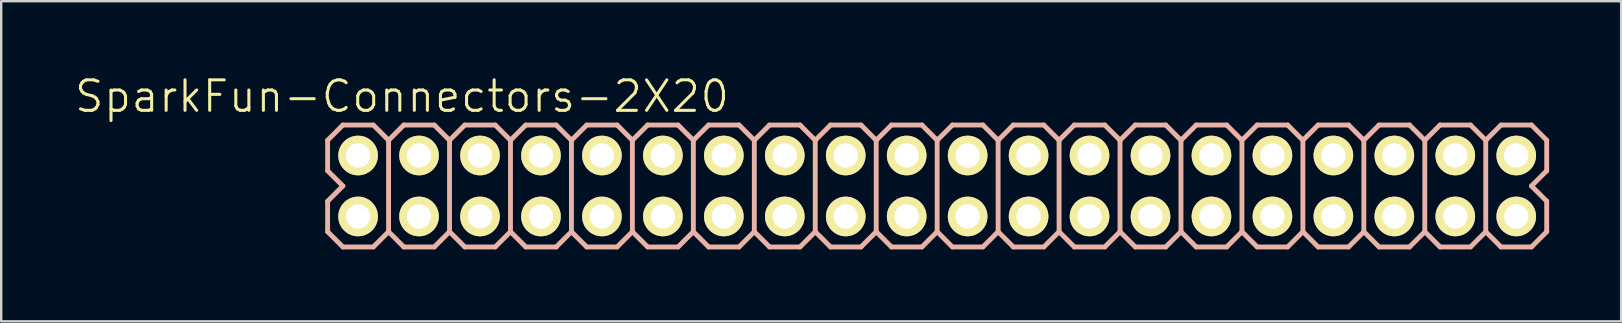
<source format=kicad_pcb>
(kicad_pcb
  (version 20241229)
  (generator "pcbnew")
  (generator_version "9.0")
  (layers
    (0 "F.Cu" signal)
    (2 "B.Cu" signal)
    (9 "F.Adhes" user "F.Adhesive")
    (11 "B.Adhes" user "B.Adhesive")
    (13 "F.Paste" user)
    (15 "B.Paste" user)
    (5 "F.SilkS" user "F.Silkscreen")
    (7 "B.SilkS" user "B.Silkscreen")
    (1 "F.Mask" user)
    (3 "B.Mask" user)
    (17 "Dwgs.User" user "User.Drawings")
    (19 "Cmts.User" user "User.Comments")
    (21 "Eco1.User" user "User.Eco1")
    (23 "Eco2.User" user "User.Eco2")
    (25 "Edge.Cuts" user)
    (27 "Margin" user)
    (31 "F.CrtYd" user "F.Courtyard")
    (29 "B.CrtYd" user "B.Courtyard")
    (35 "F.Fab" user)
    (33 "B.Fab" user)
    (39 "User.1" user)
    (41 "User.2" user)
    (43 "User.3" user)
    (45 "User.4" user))
  (footprint "SparkFun-Connectors-2X20"
    (layer "F.Cu")
    (at 36.002 4.7)
    (property "Reference" "SparkFun-Connectors-2X20" (at -22.301 -3.734 0) (layer "F.SilkS") (effects (font (size 1.27 1.27) (thickness 0.127))))
    (attr exclude_from_pos_files exclude_from_bom)
    (fp_line (start -24.384 -1.524) (end -23.876 -1.524) (stroke (width 0.066) (type solid)) (layer "F.SilkS"))
    (fp_line (start -24.384 -1.016) (end -24.384 -1.524) (stroke (width 0.066) (type solid)) (layer "F.SilkS"))
    (fp_line (start -24.384 -1.016) (end -23.876 -1.016) (stroke (width 0.066) (type solid)) (layer "F.SilkS"))
    (fp_line (start -24.384 1.016) (end -23.876 1.016) (stroke (width 0.066) (type solid)) (layer "F.SilkS"))
    (fp_line (start -24.384 1.524) (end -24.384 1.016) (stroke (width 0.066) (type solid)) (layer "F.SilkS"))
    (fp_line (start -24.384 1.524) (end -23.876 1.524) (stroke (width 0.066) (type solid)) (layer "F.SilkS"))
    (fp_line (start -23.876 -1.016) (end -23.876 -1.524) (stroke (width 0.066) (type solid)) (layer "F.SilkS"))
    (fp_line (start -23.876 1.524) (end -23.876 1.016) (stroke (width 0.066) (type solid)) (layer "F.SilkS"))
    (fp_line (start -21.844 -1.524) (end -21.336 -1.524) (stroke (width 0.066) (type solid)) (layer "F.SilkS"))
    (fp_line (start -21.844 -1.016) (end -21.844 -1.524) (stroke (width 0.066) (type solid)) (layer "F.SilkS"))
    (fp_line (start -21.844 -1.016) (end -21.336 -1.016) (stroke (width 0.066) (type solid)) (layer "F.SilkS"))
    (fp_line (start -21.844 1.016) (end -21.336 1.016) (stroke (width 0.066) (type solid)) (layer "F.SilkS"))
    (fp_line (start -21.844 1.524) (end -21.844 1.016) (stroke (width 0.066) (type solid)) (layer "F.SilkS"))
    (fp_line (start -21.844 1.524) (end -21.336 1.524) (stroke (width 0.066) (type solid)) (layer "F.SilkS"))
    (fp_line (start -21.336 -1.016) (end -21.336 -1.524) (stroke (width 0.066) (type solid)) (layer "F.SilkS"))
    (fp_line (start -21.336 1.524) (end -21.336 1.016) (stroke (width 0.066) (type solid)) (layer "F.SilkS"))
    (fp_line (start -19.304 -1.524) (end -18.796 -1.524) (stroke (width 0.066) (type solid)) (layer "F.SilkS"))
    (fp_line (start -19.304 -1.016) (end -19.304 -1.524) (stroke (width 0.066) (type solid)) (layer "F.SilkS"))
    (fp_line (start -19.304 -1.016) (end -18.796 -1.016) (stroke (width 0.066) (type solid)) (layer "F.SilkS"))
    (fp_line (start -19.304 1.016) (end -18.796 1.016) (stroke (width 0.066) (type solid)) (layer "F.SilkS"))
    (fp_line (start -19.304 1.524) (end -19.304 1.016) (stroke (width 0.066) (type solid)) (layer "F.SilkS"))
    (fp_line (start -19.304 1.524) (end -18.796 1.524) (stroke (width 0.066) (type solid)) (layer "F.SilkS"))
    (fp_line (start -18.796 -1.016) (end -18.796 -1.524) (stroke (width 0.066) (type solid)) (layer "F.SilkS"))
    (fp_line (start -18.796 1.524) (end -18.796 1.016) (stroke (width 0.066) (type solid)) (layer "F.SilkS"))
    (fp_line (start -16.764 -1.524) (end -16.256 -1.524) (stroke (width 0.066) (type solid)) (layer "F.SilkS"))
    (fp_line (start -16.764 -1.016) (end -16.764 -1.524) (stroke (width 0.066) (type solid)) (layer "F.SilkS"))
    (fp_line (start -16.764 -1.016) (end -16.256 -1.016) (stroke (width 0.066) (type solid)) (layer "F.SilkS"))
    (fp_line (start -16.764 1.016) (end -16.256 1.016) (stroke (width 0.066) (type solid)) (layer "F.SilkS"))
    (fp_line (start -16.764 1.524) (end -16.764 1.016) (stroke (width 0.066) (type solid)) (layer "F.SilkS"))
    (fp_line (start -16.764 1.524) (end -16.256 1.524) (stroke (width 0.066) (type solid)) (layer "F.SilkS"))
    (fp_line (start -16.256 -1.016) (end -16.256 -1.524) (stroke (width 0.066) (type solid)) (layer "F.SilkS"))
    (fp_line (start -16.256 1.524) (end -16.256 1.016) (stroke (width 0.066) (type solid)) (layer "F.SilkS"))
    (fp_line (start -14.224 -1.524) (end -13.716 -1.524) (stroke (width 0.066) (type solid)) (layer "F.SilkS"))
    (fp_line (start -14.224 -1.016) (end -14.224 -1.524) (stroke (width 0.066) (type solid)) (layer "F.SilkS"))
    (fp_line (start -14.224 -1.016) (end -13.716 -1.016) (stroke (width 0.066) (type solid)) (layer "F.SilkS"))
    (fp_line (start -14.224 1.016) (end -13.716 1.016) (stroke (width 0.066) (type solid)) (layer "F.SilkS"))
    (fp_line (start -14.224 1.524) (end -14.224 1.016) (stroke (width 0.066) (type solid)) (layer "F.SilkS"))
    (fp_line (start -14.224 1.524) (end -13.716 1.524) (stroke (width 0.066) (type solid)) (layer "F.SilkS"))
    (fp_line (start -13.716 -1.016) (end -13.716 -1.524) (stroke (width 0.066) (type solid)) (layer "F.SilkS"))
    (fp_line (start -13.716 1.524) (end -13.716 1.016) (stroke (width 0.066) (type solid)) (layer "F.SilkS"))
    (fp_line (start -11.684 -1.524) (end -11.176 -1.524) (stroke (width 0.066) (type solid)) (layer "F.SilkS"))
    (fp_line (start -11.684 -1.016) (end -11.684 -1.524) (stroke (width 0.066) (type solid)) (layer "F.SilkS"))
    (fp_line (start -11.684 -1.016) (end -11.176 -1.016) (stroke (width 0.066) (type solid)) (layer "F.SilkS"))
    (fp_line (start -11.684 1.016) (end -11.176 1.016) (stroke (width 0.066) (type solid)) (layer "F.SilkS"))
    (fp_line (start -11.684 1.524) (end -11.684 1.016) (stroke (width 0.066) (type solid)) (layer "F.SilkS"))
    (fp_line (start -11.684 1.524) (end -11.176 1.524) (stroke (width 0.066) (type solid)) (layer "F.SilkS"))
    (fp_line (start -11.176 -1.016) (end -11.176 -1.524) (stroke (width 0.066) (type solid)) (layer "F.SilkS"))
    (fp_line (start -11.176 1.524) (end -11.176 1.016) (stroke (width 0.066) (type solid)) (layer "F.SilkS"))
    (fp_line (start -9.144 -1.524) (end -8.636 -1.524) (stroke (width 0.066) (type solid)) (layer "F.SilkS"))
    (fp_line (start -9.144 -1.016) (end -9.144 -1.524) (stroke (width 0.066) (type solid)) (layer "F.SilkS"))
    (fp_line (start -9.144 -1.016) (end -8.636 -1.016) (stroke (width 0.066) (type solid)) (layer "F.SilkS"))
    (fp_line (start -9.144 1.016) (end -8.636 1.016) (stroke (width 0.066) (type solid)) (layer "F.SilkS"))
    (fp_line (start -9.144 1.524) (end -9.144 1.016) (stroke (width 0.066) (type solid)) (layer "F.SilkS"))
    (fp_line (start -9.144 1.524) (end -8.636 1.524) (stroke (width 0.066) (type solid)) (layer "F.SilkS"))
    (fp_line (start -8.636 -1.016) (end -8.636 -1.524) (stroke (width 0.066) (type solid)) (layer "F.SilkS"))
    (fp_line (start -8.636 1.524) (end -8.636 1.016) (stroke (width 0.066) (type solid)) (layer "F.SilkS"))
    (fp_line (start -6.604 -1.524) (end -6.096 -1.524) (stroke (width 0.066) (type solid)) (layer "F.SilkS"))
    (fp_line (start -6.604 -1.016) (end -6.604 -1.524) (stroke (width 0.066) (type solid)) (layer "F.SilkS"))
    (fp_line (start -6.604 -1.016) (end -6.096 -1.016) (stroke (width 0.066) (type solid)) (layer "F.SilkS"))
    (fp_line (start -6.604 1.016) (end -6.096 1.016) (stroke (width 0.066) (type solid)) (layer "F.SilkS"))
    (fp_line (start -6.604 1.524) (end -6.604 1.016) (stroke (width 0.066) (type solid)) (layer "F.SilkS"))
    (fp_line (start -6.604 1.524) (end -6.096 1.524) (stroke (width 0.066) (type solid)) (layer "F.SilkS"))
    (fp_line (start -6.096 -1.016) (end -6.096 -1.524) (stroke (width 0.066) (type solid)) (layer "F.SilkS"))
    (fp_line (start -6.096 1.524) (end -6.096 1.016) (stroke (width 0.066) (type solid)) (layer "F.SilkS"))
    (fp_line (start -4.064 -1.524) (end -3.556 -1.524) (stroke (width 0.066) (type solid)) (layer "F.SilkS"))
    (fp_line (start -4.064 -1.016) (end -4.064 -1.524) (stroke (width 0.066) (type solid)) (layer "F.SilkS"))
    (fp_line (start -4.064 -1.016) (end -3.556 -1.016) (stroke (width 0.066) (type solid)) (layer "F.SilkS"))
    (fp_line (start -4.064 1.016) (end -3.556 1.016) (stroke (width 0.066) (type solid)) (layer "F.SilkS"))
    (fp_line (start -4.064 1.524) (end -4.064 1.016) (stroke (width 0.066) (type solid)) (layer "F.SilkS"))
    (fp_line (start -4.064 1.524) (end -3.556 1.524) (stroke (width 0.066) (type solid)) (layer "F.SilkS"))
    (fp_line (start -3.556 -1.016) (end -3.556 -1.524) (stroke (width 0.066) (type solid)) (layer "F.SilkS"))
    (fp_line (start -3.556 1.524) (end -3.556 1.016) (stroke (width 0.066) (type solid)) (layer "F.SilkS"))
    (fp_line (start -1.524 -1.524) (end -1.016 -1.524) (stroke (width 0.066) (type solid)) (layer "F.SilkS"))
    (fp_line (start -1.524 -1.016) (end -1.524 -1.524) (stroke (width 0.066) (type solid)) (layer "F.SilkS"))
    (fp_line (start -1.524 -1.016) (end -1.016 -1.016) (stroke (width 0.066) (type solid)) (layer "F.SilkS"))
    (fp_line (start -1.524 1.016) (end -1.016 1.016) (stroke (width 0.066) (type solid)) (layer "F.SilkS"))
    (fp_line (start -1.524 1.524) (end -1.524 1.016) (stroke (width 0.066) (type solid)) (layer "F.SilkS"))
    (fp_line (start -1.524 1.524) (end -1.016 1.524) (stroke (width 0.066) (type solid)) (layer "F.SilkS"))
    (fp_line (start -1.016 -1.016) (end -1.016 -1.524) (stroke (width 0.066) (type solid)) (layer "F.SilkS"))
    (fp_line (start -1.016 1.524) (end -1.016 1.016) (stroke (width 0.066) (type solid)) (layer "F.SilkS"))
    (fp_line (start 1.016 -1.524) (end 1.524 -1.524) (stroke (width 0.066) (type solid)) (layer "F.SilkS"))
    (fp_line (start 1.016 -1.016) (end 1.016 -1.524) (stroke (width 0.066) (type solid)) (layer "F.SilkS"))
    (fp_line (start 1.016 -1.016) (end 1.524 -1.016) (stroke (width 0.066) (type solid)) (layer "F.SilkS"))
    (fp_line (start 1.016 1.016) (end 1.524 1.016) (stroke (width 0.066) (type solid)) (layer "F.SilkS"))
    (fp_line (start 1.016 1.524) (end 1.016 1.016) (stroke (width 0.066) (type solid)) (layer "F.SilkS"))
    (fp_line (start 1.016 1.524) (end 1.524 1.524) (stroke (width 0.066) (type solid)) (layer "F.SilkS"))
    (fp_line (start 1.524 -1.016) (end 1.524 -1.524) (stroke (width 0.066) (type solid)) (layer "F.SilkS"))
    (fp_line (start 1.524 1.524) (end 1.524 1.016) (stroke (width 0.066) (type solid)) (layer "F.SilkS"))
    (fp_line (start 3.556 -1.524) (end 4.064 -1.524) (stroke (width 0.066) (type solid)) (layer "F.SilkS"))
    (fp_line (start 3.556 -1.016) (end 3.556 -1.524) (stroke (width 0.066) (type solid)) (layer "F.SilkS"))
    (fp_line (start 3.556 -1.016) (end 4.064 -1.016) (stroke (width 0.066) (type solid)) (layer "F.SilkS"))
    (fp_line (start 3.556 1.016) (end 4.064 1.016) (stroke (width 0.066) (type solid)) (layer "F.SilkS"))
    (fp_line (start 3.556 1.524) (end 3.556 1.016) (stroke (width 0.066) (type solid)) (layer "F.SilkS"))
    (fp_line (start 3.556 1.524) (end 4.064 1.524) (stroke (width 0.066) (type solid)) (layer "F.SilkS"))
    (fp_line (start 4.064 -1.016) (end 4.064 -1.524) (stroke (width 0.066) (type solid)) (layer "F.SilkS"))
    (fp_line (start 4.064 1.524) (end 4.064 1.016) (stroke (width 0.066) (type solid)) (layer "F.SilkS"))
    (fp_line (start 6.096 -1.524) (end 6.604 -1.524) (stroke (width 0.066) (type solid)) (layer "F.SilkS"))
    (fp_line (start 6.096 -1.016) (end 6.096 -1.524) (stroke (width 0.066) (type solid)) (layer "F.SilkS"))
    (fp_line (start 6.096 -1.016) (end 6.604 -1.016) (stroke (width 0.066) (type solid)) (layer "F.SilkS"))
    (fp_line (start 6.096 1.016) (end 6.604 1.016) (stroke (width 0.066) (type solid)) (layer "F.SilkS"))
    (fp_line (start 6.096 1.524) (end 6.096 1.016) (stroke (width 0.066) (type solid)) (layer "F.SilkS"))
    (fp_line (start 6.096 1.524) (end 6.604 1.524) (stroke (width 0.066) (type solid)) (layer "F.SilkS"))
    (fp_line (start 6.604 -1.016) (end 6.604 -1.524) (stroke (width 0.066) (type solid)) (layer "F.SilkS"))
    (fp_line (start 6.604 1.524) (end 6.604 1.016) (stroke (width 0.066) (type solid)) (layer "F.SilkS"))
    (fp_line (start 8.636 -1.524) (end 9.144 -1.524) (stroke (width 0.066) (type solid)) (layer "F.SilkS"))
    (fp_line (start 8.636 -1.016) (end 8.636 -1.524) (stroke (width 0.066) (type solid)) (layer "F.SilkS"))
    (fp_line (start 8.636 -1.016) (end 9.144 -1.016) (stroke (width 0.066) (type solid)) (layer "F.SilkS"))
    (fp_line (start 8.636 1.016) (end 9.144 1.016) (stroke (width 0.066) (type solid)) (layer "F.SilkS"))
    (fp_line (start 8.636 1.524) (end 8.636 1.016) (stroke (width 0.066) (type solid)) (layer "F.SilkS"))
    (fp_line (start 8.636 1.524) (end 9.144 1.524) (stroke (width 0.066) (type solid)) (layer "F.SilkS"))
    (fp_line (start 9.144 -1.016) (end 9.144 -1.524) (stroke (width 0.066) (type solid)) (layer "F.SilkS"))
    (fp_line (start 9.144 1.524) (end 9.144 1.016) (stroke (width 0.066) (type solid)) (layer "F.SilkS"))
    (fp_line (start 11.176 -1.524) (end 11.684 -1.524) (stroke (width 0.066) (type solid)) (layer "F.SilkS"))
    (fp_line (start 11.176 -1.016) (end 11.176 -1.524) (stroke (width 0.066) (type solid)) (layer "F.SilkS"))
    (fp_line (start 11.176 -1.016) (end 11.684 -1.016) (stroke (width 0.066) (type solid)) (layer "F.SilkS"))
    (fp_line (start 11.176 1.016) (end 11.684 1.016) (stroke (width 0.066) (type solid)) (layer "F.SilkS"))
    (fp_line (start 11.176 1.524) (end 11.176 1.016) (stroke (width 0.066) (type solid)) (layer "F.SilkS"))
    (fp_line (start 11.176 1.524) (end 11.684 1.524) (stroke (width 0.066) (type solid)) (layer "F.SilkS"))
    (fp_line (start 11.684 -1.016) (end 11.684 -1.524) (stroke (width 0.066) (type solid)) (layer "F.SilkS"))
    (fp_line (start 11.684 1.524) (end 11.684 1.016) (stroke (width 0.066) (type solid)) (layer "F.SilkS"))
    (fp_line (start 13.716 -1.524) (end 14.224 -1.524) (stroke (width 0.066) (type solid)) (layer "F.SilkS"))
    (fp_line (start 13.716 -1.016) (end 13.716 -1.524) (stroke (width 0.066) (type solid)) (layer "F.SilkS"))
    (fp_line (start 13.716 -1.016) (end 14.224 -1.016) (stroke (width 0.066) (type solid)) (layer "F.SilkS"))
    (fp_line (start 13.716 1.016) (end 14.224 1.016) (stroke (width 0.066) (type solid)) (layer "F.SilkS"))
    (fp_line (start 13.716 1.524) (end 13.716 1.016) (stroke (width 0.066) (type solid)) (layer "F.SilkS"))
    (fp_line (start 13.716 1.524) (end 14.224 1.524) (stroke (width 0.066) (type solid)) (layer "F.SilkS"))
    (fp_line (start 14.224 -1.016) (end 14.224 -1.524) (stroke (width 0.066) (type solid)) (layer "F.SilkS"))
    (fp_line (start 14.224 1.524) (end 14.224 1.016) (stroke (width 0.066) (type solid)) (layer "F.SilkS"))
    (fp_line (start 16.256 -1.524) (end 16.764 -1.524) (stroke (width 0.066) (type solid)) (layer "F.SilkS"))
    (fp_line (start 16.256 -1.016) (end 16.256 -1.524) (stroke (width 0.066) (type solid)) (layer "F.SilkS"))
    (fp_line (start 16.256 -1.016) (end 16.764 -1.016) (stroke (width 0.066) (type solid)) (layer "F.SilkS"))
    (fp_line (start 16.256 1.016) (end 16.764 1.016) (stroke (width 0.066) (type solid)) (layer "F.SilkS"))
    (fp_line (start 16.256 1.524) (end 16.256 1.016) (stroke (width 0.066) (type solid)) (layer "F.SilkS"))
    (fp_line (start 16.256 1.524) (end 16.764 1.524) (stroke (width 0.066) (type solid)) (layer "F.SilkS"))
    (fp_line (start 16.764 -1.016) (end 16.764 -1.524) (stroke (width 0.066) (type solid)) (layer "F.SilkS"))
    (fp_line (start 16.764 1.524) (end 16.764 1.016) (stroke (width 0.066) (type solid)) (layer "F.SilkS"))
    (fp_line (start 18.796 -1.524) (end 19.304 -1.524) (stroke (width 0.066) (type solid)) (layer "F.SilkS"))
    (fp_line (start 18.796 -1.016) (end 18.796 -1.524) (stroke (width 0.066) (type solid)) (layer "F.SilkS"))
    (fp_line (start 18.796 -1.016) (end 19.304 -1.016) (stroke (width 0.066) (type solid)) (layer "F.SilkS"))
    (fp_line (start 18.796 1.016) (end 19.304 1.016) (stroke (width 0.066) (type solid)) (layer "F.SilkS"))
    (fp_line (start 18.796 1.524) (end 18.796 1.016) (stroke (width 0.066) (type solid)) (layer "F.SilkS"))
    (fp_line (start 18.796 1.524) (end 19.304 1.524) (stroke (width 0.066) (type solid)) (layer "F.SilkS"))
    (fp_line (start 19.304 -1.016) (end 19.304 -1.524) (stroke (width 0.066) (type solid)) (layer "F.SilkS"))
    (fp_line (start 19.304 1.524) (end 19.304 1.016) (stroke (width 0.066) (type solid)) (layer "F.SilkS"))
    (fp_line (start 21.336 -1.524) (end 21.844 -1.524) (stroke (width 0.066) (type solid)) (layer "F.SilkS"))
    (fp_line (start 21.336 -1.016) (end 21.336 -1.524) (stroke (width 0.066) (type solid)) (layer "F.SilkS"))
    (fp_line (start 21.336 -1.016) (end 21.844 -1.016) (stroke (width 0.066) (type solid)) (layer "F.SilkS"))
    (fp_line (start 21.336 1.016) (end 21.844 1.016) (stroke (width 0.066) (type solid)) (layer "F.SilkS"))
    (fp_line (start 21.336 1.524) (end 21.336 1.016) (stroke (width 0.066) (type solid)) (layer "F.SilkS"))
    (fp_line (start 21.336 1.524) (end 21.844 1.524) (stroke (width 0.066) (type solid)) (layer "F.SilkS"))
    (fp_line (start 21.844 -1.016) (end 21.844 -1.524) (stroke (width 0.066) (type solid)) (layer "F.SilkS"))
    (fp_line (start 21.844 1.524) (end 21.844 1.016) (stroke (width 0.066) (type solid)) (layer "F.SilkS"))
    (fp_line (start 23.876 -1.524) (end 24.384 -1.524) (stroke (width 0.066) (type solid)) (layer "F.SilkS"))
    (fp_line (start 23.876 -1.016) (end 23.876 -1.524) (stroke (width 0.066) (type solid)) (layer "F.SilkS"))
    (fp_line (start 23.876 -1.016) (end 24.384 -1.016) (stroke (width 0.066) (type solid)) (layer "F.SilkS"))
    (fp_line (start 23.876 1.016) (end 24.384 1.016) (stroke (width 0.066) (type solid)) (layer "F.SilkS"))
    (fp_line (start 23.876 1.524) (end 23.876 1.016) (stroke (width 0.066) (type solid)) (layer "F.SilkS"))
    (fp_line (start 23.876 1.524) (end 24.384 1.524) (stroke (width 0.066) (type solid)) (layer "F.SilkS"))
    (fp_line (start 24.384 -1.016) (end 24.384 -1.524) (stroke (width 0.066) (type solid)) (layer "F.SilkS"))
    (fp_line (start 24.384 1.524) (end 24.384 1.016) (stroke (width 0.066) (type solid)) (layer "F.SilkS"))
    (fp_line (start -25.4 -1.905) (end -25.4 -0.635) (stroke (width 0.203) (type solid)) (layer "B.SilkS"))
    (fp_line (start -25.4 -0.635) (end -24.765 0) (stroke (width 0.203) (type solid)) (layer "B.SilkS"))
    (fp_line (start -25.4 0.635) (end -25.4 1.905) (stroke (width 0.203) (type solid)) (layer "B.SilkS"))
    (fp_line (start -25.4 1.905) (end -24.765 2.54) (stroke (width 0.203) (type solid)) (layer "B.SilkS"))
    (fp_line (start -24.765 -2.54) (end -25.4 -1.905) (stroke (width 0.203) (type solid)) (layer "B.SilkS"))
    (fp_line (start -24.765 -2.54) (end -23.495 -2.54) (stroke (width 0.203) (type solid)) (layer "B.SilkS"))
    (fp_line (start -24.765 0) (end -25.4 0.635) (stroke (width 0.203) (type solid)) (layer "B.SilkS"))
    (fp_line (start -23.495 -2.54) (end -22.86 -1.905) (stroke (width 0.203) (type solid)) (layer "B.SilkS"))
    (fp_line (start -23.495 2.54) (end -24.765 2.54) (stroke (width 0.203) (type solid)) (layer "B.SilkS"))
    (fp_line (start -22.86 -1.905) (end -22.86 1.905) (stroke (width 0.203) (type solid)) (layer "B.SilkS"))
    (fp_line (start -22.86 -1.905) (end -22.225 -2.54) (stroke (width 0.203) (type solid)) (layer "B.SilkS"))
    (fp_line (start -22.86 1.905) (end -23.495 2.54) (stroke (width 0.203) (type solid)) (layer "B.SilkS"))
    (fp_line (start -22.225 -2.54) (end -20.955 -2.54) (stroke (width 0.203) (type solid)) (layer "B.SilkS"))
    (fp_line (start -22.225 2.54) (end -22.86 1.905) (stroke (width 0.203) (type solid)) (layer "B.SilkS"))
    (fp_line (start -20.955 -2.54) (end -20.32 -1.905) (stroke (width 0.203) (type solid)) (layer "B.SilkS"))
    (fp_line (start -20.955 2.54) (end -22.225 2.54) (stroke (width 0.203) (type solid)) (layer "B.SilkS"))
    (fp_line (start -20.32 -1.905) (end -20.32 1.905) (stroke (width 0.203) (type solid)) (layer "B.SilkS"))
    (fp_line (start -20.32 -1.905) (end -19.685 -2.54) (stroke (width 0.203) (type solid)) (layer "B.SilkS"))
    (fp_line (start -20.32 1.905) (end -20.955 2.54) (stroke (width 0.203) (type solid)) (layer "B.SilkS"))
    (fp_line (start -19.685 -2.54) (end -18.415 -2.54) (stroke (width 0.203) (type solid)) (layer "B.SilkS"))
    (fp_line (start -19.685 2.54) (end -20.32 1.905) (stroke (width 0.203) (type solid)) (layer "B.SilkS"))
    (fp_line (start -18.415 -2.54) (end -17.78 -1.905) (stroke (width 0.203) (type solid)) (layer "B.SilkS"))
    (fp_line (start -18.415 2.54) (end -19.685 2.54) (stroke (width 0.203) (type solid)) (layer "B.SilkS"))
    (fp_line (start -17.78 -1.905) (end -17.78 1.905) (stroke (width 0.203) (type solid)) (layer "B.SilkS"))
    (fp_line (start -17.78 1.905) (end -18.415 2.54) (stroke (width 0.203) (type solid)) (layer "B.SilkS"))
    (fp_line (start -17.78 1.905) (end -17.145 2.54) (stroke (width 0.203) (type solid)) (layer "B.SilkS"))
    (fp_line (start -17.145 -2.54) (end -17.78 -1.905) (stroke (width 0.203) (type solid)) (layer "B.SilkS"))
    (fp_line (start -17.145 -2.54) (end -15.875 -2.54) (stroke (width 0.203) (type solid)) (layer "B.SilkS"))
    (fp_line (start -15.875 -2.54) (end -15.24 -1.905) (stroke (width 0.203) (type solid)) (layer "B.SilkS"))
    (fp_line (start -15.875 2.54) (end -17.145 2.54) (stroke (width 0.203) (type solid)) (layer "B.SilkS"))
    (fp_line (start -15.24 -1.905) (end -15.24 1.905) (stroke (width 0.203) (type solid)) (layer "B.SilkS"))
    (fp_line (start -15.24 -1.905) (end -14.605 -2.54) (stroke (width 0.203) (type solid)) (layer "B.SilkS"))
    (fp_line (start -15.24 1.905) (end -15.875 2.54) (stroke (width 0.203) (type solid)) (layer "B.SilkS"))
    (fp_line (start -14.605 -2.54) (end -13.335 -2.54) (stroke (width 0.203) (type solid)) (layer "B.SilkS"))
    (fp_line (start -14.605 2.54) (end -15.24 1.905) (stroke (width 0.203) (type solid)) (layer "B.SilkS"))
    (fp_line (start -13.335 -2.54) (end -12.7 -1.905) (stroke (width 0.203) (type solid)) (layer "B.SilkS"))
    (fp_line (start -13.335 2.54) (end -14.605 2.54) (stroke (width 0.203) (type solid)) (layer "B.SilkS"))
    (fp_line (start -12.7 -1.905) (end -12.7 1.905) (stroke (width 0.203) (type solid)) (layer "B.SilkS"))
    (fp_line (start -12.7 -1.905) (end -12.065 -2.54) (stroke (width 0.203) (type solid)) (layer "B.SilkS"))
    (fp_line (start -12.7 1.905) (end -13.335 2.54) (stroke (width 0.203) (type solid)) (layer "B.SilkS"))
    (fp_line (start -12.065 -2.54) (end -10.795 -2.54) (stroke (width 0.203) (type solid)) (layer "B.SilkS"))
    (fp_line (start -12.065 2.54) (end -12.7 1.905) (stroke (width 0.203) (type solid)) (layer "B.SilkS"))
    (fp_line (start -10.795 -2.54) (end -10.16 -1.905) (stroke (width 0.203) (type solid)) (layer "B.SilkS"))
    (fp_line (start -10.795 2.54) (end -12.065 2.54) (stroke (width 0.203) (type solid)) (layer "B.SilkS"))
    (fp_line (start -10.16 -1.905) (end -10.16 1.905) (stroke (width 0.203) (type solid)) (layer "B.SilkS"))
    (fp_line (start -10.16 1.905) (end -10.795 2.54) (stroke (width 0.203) (type solid)) (layer "B.SilkS"))
    (fp_line (start -10.16 1.905) (end -9.525 2.54) (stroke (width 0.203) (type solid)) (layer "B.SilkS"))
    (fp_line (start -9.525 -2.54) (end -10.16 -1.905) (stroke (width 0.203) (type solid)) (layer "B.SilkS"))
    (fp_line (start -9.525 -2.54) (end -8.255 -2.54) (stroke (width 0.203) (type solid)) (layer "B.SilkS"))
    (fp_line (start -8.255 -2.54) (end -7.62 -1.905) (stroke (width 0.203) (type solid)) (layer "B.SilkS"))
    (fp_line (start -8.255 2.54) (end -9.525 2.54) (stroke (width 0.203) (type solid)) (layer "B.SilkS"))
    (fp_line (start -7.62 -1.905) (end -7.62 1.905) (stroke (width 0.203) (type solid)) (layer "B.SilkS"))
    (fp_line (start -7.62 1.905) (end -8.255 2.54) (stroke (width 0.203) (type solid)) (layer "B.SilkS"))
    (fp_line (start -7.62 1.905) (end -6.985 2.54) (stroke (width 0.203) (type solid)) (layer "B.SilkS"))
    (fp_line (start -6.985 -2.54) (end -7.62 -1.905) (stroke (width 0.203) (type solid)) (layer "B.SilkS"))
    (fp_line (start -6.985 -2.54) (end -5.715 -2.54) (stroke (width 0.203) (type solid)) (layer "B.SilkS"))
    (fp_line (start -5.715 -2.54) (end -5.08 -1.905) (stroke (width 0.203) (type solid)) (layer "B.SilkS"))
    (fp_line (start -5.715 2.54) (end -6.985 2.54) (stroke (width 0.203) (type solid)) (layer "B.SilkS"))
    (fp_line (start -5.08 -1.905) (end -5.08 1.905) (stroke (width 0.203) (type solid)) (layer "B.SilkS"))
    (fp_line (start -5.08 -1.905) (end -4.445 -2.54) (stroke (width 0.203) (type solid)) (layer "B.SilkS"))
    (fp_line (start -5.08 1.905) (end -5.715 2.54) (stroke (width 0.203) (type solid)) (layer "B.SilkS"))
    (fp_line (start -4.445 -2.54) (end -3.175 -2.54) (stroke (width 0.203) (type solid)) (layer "B.SilkS"))
    (fp_line (start -4.445 2.54) (end -5.08 1.905) (stroke (width 0.203) (type solid)) (layer "B.SilkS"))
    (fp_line (start -3.175 -2.54) (end -2.54 -1.905) (stroke (width 0.203) (type solid)) (layer "B.SilkS"))
    (fp_line (start -3.175 2.54) (end -4.445 2.54) (stroke (width 0.203) (type solid)) (layer "B.SilkS"))
    (fp_line (start -2.54 -1.905) (end -2.54 1.905) (stroke (width 0.203) (type solid)) (layer "B.SilkS"))
    (fp_line (start -2.54 -1.905) (end -1.905 -2.54) (stroke (width 0.203) (type solid)) (layer "B.SilkS"))
    (fp_line (start -2.54 1.905) (end -3.175 2.54) (stroke (width 0.203) (type solid)) (layer "B.SilkS"))
    (fp_line (start -1.905 -2.54) (end -0.635 -2.54) (stroke (width 0.203) (type solid)) (layer "B.SilkS"))
    (fp_line (start -1.905 2.54) (end -2.54 1.905) (stroke (width 0.203) (type solid)) (layer "B.SilkS"))
    (fp_line (start -0.635 -2.54) (end 0 -1.905) (stroke (width 0.203) (type solid)) (layer "B.SilkS"))
    (fp_line (start -0.635 2.54) (end -1.905 2.54) (stroke (width 0.203) (type solid)) (layer "B.SilkS"))
    (fp_line (start 0 -1.905) (end 0 1.905) (stroke (width 0.203) (type solid)) (layer "B.SilkS"))
    (fp_line (start 0 1.905) (end -0.635 2.54) (stroke (width 0.203) (type solid)) (layer "B.SilkS"))
    (fp_line (start 0 1.905) (end 0.635 2.54) (stroke (width 0.203) (type solid)) (layer "B.SilkS"))
    (fp_line (start 0.635 -2.54) (end 0 -1.905) (stroke (width 0.203) (type solid)) (layer "B.SilkS"))
    (fp_line (start 0.635 -2.54) (end 1.905 -2.54) (stroke (width 0.203) (type solid)) (layer "B.SilkS"))
    (fp_line (start 1.905 -2.54) (end 2.54 -1.905) (stroke (width 0.203) (type solid)) (layer "B.SilkS"))
    (fp_line (start 1.905 2.54) (end 0.635 2.54) (stroke (width 0.203) (type solid)) (layer "B.SilkS"))
    (fp_line (start 2.54 -1.905) (end 2.54 1.905) (stroke (width 0.203) (type solid)) (layer "B.SilkS"))
    (fp_line (start 2.54 -1.905) (end 3.175 -2.54) (stroke (width 0.203) (type solid)) (layer "B.SilkS"))
    (fp_line (start 2.54 1.905) (end 1.905 2.54) (stroke (width 0.203) (type solid)) (layer "B.SilkS"))
    (fp_line (start 3.175 -2.54) (end 4.445 -2.54) (stroke (width 0.203) (type solid)) (layer "B.SilkS"))
    (fp_line (start 3.175 2.54) (end 2.54 1.905) (stroke (width 0.203) (type solid)) (layer "B.SilkS"))
    (fp_line (start 4.445 -2.54) (end 5.08 -1.905) (stroke (width 0.203) (type solid)) (layer "B.SilkS"))
    (fp_line (start 4.445 2.54) (end 3.175 2.54) (stroke (width 0.203) (type solid)) (layer "B.SilkS"))
    (fp_line (start 5.08 -1.905) (end 5.08 1.905) (stroke (width 0.203) (type solid)) (layer "B.SilkS"))
    (fp_line (start 5.08 -1.905) (end 5.715 -2.54) (stroke (width 0.203) (type solid)) (layer "B.SilkS"))
    (fp_line (start 5.08 1.905) (end 4.445 2.54) (stroke (width 0.203) (type solid)) (layer "B.SilkS"))
    (fp_line (start 5.715 -2.54) (end 6.985 -2.54) (stroke (width 0.203) (type solid)) (layer "B.SilkS"))
    (fp_line (start 5.715 2.54) (end 5.08 1.905) (stroke (width 0.203) (type solid)) (layer "B.SilkS"))
    (fp_line (start 6.985 -2.54) (end 7.62 -1.905) (stroke (width 0.203) (type solid)) (layer "B.SilkS"))
    (fp_line (start 6.985 2.54) (end 5.715 2.54) (stroke (width 0.203) (type solid)) (layer "B.SilkS"))
    (fp_line (start 7.62 -1.905) (end 7.62 1.905) (stroke (width 0.203) (type solid)) (layer "B.SilkS"))
    (fp_line (start 7.62 1.905) (end 6.985 2.54) (stroke (width 0.203) (type solid)) (layer "B.SilkS"))
    (fp_line (start 8.255 -2.54) (end 7.62 -1.905) (stroke (width 0.203) (type solid)) (layer "B.SilkS"))
    (fp_line (start 8.255 -2.54) (end 9.525 -2.54) (stroke (width 0.203) (type solid)) (layer "B.SilkS"))
    (fp_line (start 8.255 2.54) (end 7.62 1.905) (stroke (width 0.203) (type solid)) (layer "B.SilkS"))
    (fp_line (start 9.525 -2.54) (end 10.16 -1.905) (stroke (width 0.203) (type solid)) (layer "B.SilkS"))
    (fp_line (start 9.525 2.54) (end 8.255 2.54) (stroke (width 0.203) (type solid)) (layer "B.SilkS"))
    (fp_line (start 10.16 -1.905) (end 10.16 1.905) (stroke (width 0.203) (type solid)) (layer "B.SilkS"))
    (fp_line (start 10.16 1.905) (end 9.525 2.54) (stroke (width 0.203) (type solid)) (layer "B.SilkS"))
    (fp_line (start 10.795 -2.54) (end 10.16 -1.905) (stroke (width 0.203) (type solid)) (layer "B.SilkS"))
    (fp_line (start 10.795 -2.54) (end 12.065 -2.54) (stroke (width 0.203) (type solid)) (layer "B.SilkS"))
    (fp_line (start 10.795 2.54) (end 10.16 1.905) (stroke (width 0.203) (type solid)) (layer "B.SilkS"))
    (fp_line (start 12.065 -2.54) (end 12.7 -1.905) (stroke (width 0.203) (type solid)) (layer "B.SilkS"))
    (fp_line (start 12.065 2.54) (end 10.795 2.54) (stroke (width 0.203) (type solid)) (layer "B.SilkS"))
    (fp_line (start 12.7 -1.905) (end 12.7 1.905) (stroke (width 0.203) (type solid)) (layer "B.SilkS"))
    (fp_line (start 12.7 -1.905) (end 13.335 -2.54) (stroke (width 0.203) (type solid)) (layer "B.SilkS"))
    (fp_line (start 12.7 1.905) (end 12.065 2.54) (stroke (width 0.203) (type solid)) (layer "B.SilkS"))
    (fp_line (start 13.335 -2.54) (end 14.605 -2.54) (stroke (width 0.203) (type solid)) (layer "B.SilkS"))
    (fp_line (start 13.335 2.54) (end 12.7 1.905) (stroke (width 0.203) (type solid)) (layer "B.SilkS"))
    (fp_line (start 14.605 -2.54) (end 15.24 -1.905) (stroke (width 0.203) (type solid)) (layer "B.SilkS"))
    (fp_line (start 14.605 2.54) (end 13.335 2.54) (stroke (width 0.203) (type solid)) (layer "B.SilkS"))
    (fp_line (start 14.605 2.54) (end 15.24 1.905) (stroke (width 0.203) (type solid)) (layer "B.SilkS"))
    (fp_line (start 15.24 -1.905) (end 15.24 1.905) (stroke (width 0.203) (type solid)) (layer "B.SilkS"))
    (fp_line (start 15.24 -1.905) (end 15.875 -2.54) (stroke (width 0.203) (type solid)) (layer "B.SilkS"))
    (fp_line (start 15.875 -2.54) (end 17.145 -2.54) (stroke (width 0.203) (type solid)) (layer "B.SilkS"))
    (fp_line (start 15.875 2.54) (end 15.24 1.905) (stroke (width 0.203) (type solid)) (layer "B.SilkS"))
    (fp_line (start 17.145 -2.54) (end 17.78 -1.905) (stroke (width 0.203) (type solid)) (layer "B.SilkS"))
    (fp_line (start 17.145 2.54) (end 15.875 2.54) (stroke (width 0.203) (type solid)) (layer "B.SilkS"))
    (fp_line (start 17.78 -1.905) (end 17.78 1.905) (stroke (width 0.203) (type solid)) (layer "B.SilkS"))
    (fp_line (start 17.78 1.905) (end 17.145 2.54) (stroke (width 0.203) (type solid)) (layer "B.SilkS"))
    (fp_line (start 18.415 -2.54) (end 17.78 -1.905) (stroke (width 0.203) (type solid)) (layer "B.SilkS"))
    (fp_line (start 18.415 -2.54) (end 19.685 -2.54) (stroke (width 0.203) (type solid)) (layer "B.SilkS"))
    (fp_line (start 18.415 2.54) (end 17.78 1.905) (stroke (width 0.203) (type solid)) (layer "B.SilkS"))
    (fp_line (start 19.685 -2.54) (end 20.32 -1.905) (stroke (width 0.203) (type solid)) (layer "B.SilkS"))
    (fp_line (start 19.685 2.54) (end 18.415 2.54) (stroke (width 0.203) (type solid)) (layer "B.SilkS"))
    (fp_line (start 20.32 -1.905) (end 20.32 1.905) (stroke (width 0.203) (type solid)) (layer "B.SilkS"))
    (fp_line (start 20.32 -1.905) (end 20.955 -2.54) (stroke (width 0.203) (type solid)) (layer "B.SilkS"))
    (fp_line (start 20.32 1.905) (end 19.685 2.54) (stroke (width 0.203) (type solid)) (layer "B.SilkS"))
    (fp_line (start 20.955 -2.54) (end 22.225 -2.54) (stroke (width 0.203) (type solid)) (layer "B.SilkS"))
    (fp_line (start 20.955 2.54) (end 20.32 1.905) (stroke (width 0.203) (type solid)) (layer "B.SilkS"))
    (fp_line (start 22.225 -2.54) (end 22.86 -1.905) (stroke (width 0.203) (type solid)) (layer "B.SilkS"))
    (fp_line (start 22.225 2.54) (end 20.955 2.54) (stroke (width 0.203) (type solid)) (layer "B.SilkS"))
    (fp_line (start 22.225 2.54) (end 22.86 1.905) (stroke (width 0.203) (type solid)) (layer "B.SilkS"))
    (fp_line (start 22.86 -1.905) (end 22.86 1.905) (stroke (width 0.203) (type solid)) (layer "B.SilkS"))
    (fp_line (start 22.86 -1.905) (end 23.495 -2.54) (stroke (width 0.203) (type solid)) (layer "B.SilkS"))
    (fp_line (start 23.495 -2.54) (end 24.765 -2.54) (stroke (width 0.203) (type solid)) (layer "B.SilkS"))
    (fp_line (start 23.495 2.54) (end 22.86 1.905) (stroke (width 0.203) (type solid)) (layer "B.SilkS"))
    (fp_line (start 24.765 -2.54) (end 25.4 -1.905) (stroke (width 0.203) (type solid)) (layer "B.SilkS"))
    (fp_line (start 24.765 0) (end 25.4 0.635) (stroke (width 0.203) (type solid)) (layer "B.SilkS"))
    (fp_line (start 24.765 2.54) (end 23.495 2.54) (stroke (width 0.203) (type solid)) (layer "B.SilkS"))
    (fp_line (start 24.765 2.54) (end 25.4 1.905) (stroke (width 0.203) (type solid)) (layer "B.SilkS"))
    (fp_line (start 25.4 -0.635) (end 24.765 0) (stroke (width 0.203) (type solid)) (layer "B.SilkS"))
    (fp_line (start 25.4 -0.635) (end 25.4 -1.905) (stroke (width 0.203) (type solid)) (layer "B.SilkS"))
    (fp_line (start 25.4 1.905) (end 25.4 0.635) (stroke (width 0.203) (type solid)) (layer "B.SilkS"))
    (pad "1" thru_hole circle (at -24.13 1.27) (size 1.651 1.651) (drill 1.016) (layers "*.Cu" "F.Mask" "F.SilkS" "F.Paste"))
    (pad "2" thru_hole circle (at -24.13 -1.27) (size 1.651 1.651) (drill 1.016) (layers "*.Cu" "F.Mask" "F.SilkS" "F.Paste"))
    (pad "3" thru_hole circle (at -21.59 1.27) (size 1.651 1.651) (drill 1.016) (layers "*.Cu" "F.Mask" "F.SilkS" "F.Paste"))
    (pad "4" thru_hole circle (at -21.59 -1.27) (size 1.651 1.651) (drill 1.016) (layers "*.Cu" "F.Mask" "F.SilkS" "F.Paste"))
    (pad "5" thru_hole circle (at -19.05 1.27) (size 1.651 1.651) (drill 1.016) (layers "*.Cu" "F.Mask" "F.SilkS" "F.Paste"))
    (pad "6" thru_hole circle (at -19.05 -1.27) (size 1.651 1.651) (drill 1.016) (layers "*.Cu" "F.Mask" "F.SilkS" "F.Paste"))
    (pad "7" thru_hole circle (at -16.51 1.27) (size 1.651 1.651) (drill 1.016) (layers "*.Cu" "F.Mask" "F.SilkS" "F.Paste"))
    (pad "8" thru_hole circle (at -16.51 -1.27) (size 1.651 1.651) (drill 1.016) (layers "*.Cu" "F.Mask" "F.SilkS" "F.Paste"))
    (pad "9" thru_hole circle (at -13.97 1.27) (size 1.651 1.651) (drill 1.016) (layers "*.Cu" "F.Mask" "F.SilkS" "F.Paste"))
    (pad "10" thru_hole circle (at -13.97 -1.27) (size 1.651 1.651) (drill 1.016) (layers "*.Cu" "F.Mask" "F.SilkS" "F.Paste"))
    (pad "11" thru_hole circle (at -11.43 1.27) (size 1.651 1.651) (drill 1.016) (layers "*.Cu" "F.Mask" "F.SilkS" "F.Paste"))
    (pad "12" thru_hole circle (at -11.43 -1.27) (size 1.651 1.651) (drill 1.016) (layers "*.Cu" "F.Mask" "F.SilkS" "F.Paste"))
    (pad "13" thru_hole circle (at -8.89 1.27) (size 1.651 1.651) (drill 1.016) (layers "*.Cu" "F.Mask" "F.SilkS" "F.Paste"))
    (pad "14" thru_hole circle (at -8.89 -1.27) (size 1.651 1.651) (drill 1.016) (layers "*.Cu" "F.Mask" "F.SilkS" "F.Paste"))
    (pad "15" thru_hole circle (at -6.35 1.27) (size 1.651 1.651) (drill 1.016) (layers "*.Cu" "F.Mask" "F.SilkS" "F.Paste"))
    (pad "16" thru_hole circle (at -6.35 -1.27) (size 1.651 1.651) (drill 1.016) (layers "*.Cu" "F.Mask" "F.SilkS" "F.Paste"))
    (pad "17" thru_hole circle (at -3.81 1.27) (size 1.651 1.651) (drill 1.016) (layers "*.Cu" "F.Mask" "F.SilkS" "F.Paste"))
    (pad "18" thru_hole circle (at -3.81 -1.27) (size 1.651 1.651) (drill 1.016) (layers "*.Cu" "F.Mask" "F.SilkS" "F.Paste"))
    (pad "19" thru_hole circle (at -1.27 1.27) (size 1.651 1.651) (drill 1.016) (layers "*.Cu" "F.Mask" "F.SilkS" "F.Paste"))
    (pad "20" thru_hole circle (at -1.27 -1.27) (size 1.651 1.651) (drill 1.016) (layers "*.Cu" "F.Mask" "F.SilkS" "F.Paste"))
    (pad "21" thru_hole circle (at 1.27 1.27) (size 1.651 1.651) (drill 1.016) (layers "*.Cu" "F.Mask" "F.SilkS" "F.Paste"))
    (pad "22" thru_hole circle (at 1.27 -1.27) (size 1.651 1.651) (drill 1.016) (layers "*.Cu" "F.Mask" "F.SilkS" "F.Paste"))
    (pad "23" thru_hole circle (at 3.81 1.27) (size 1.651 1.651) (drill 1.016) (layers "*.Cu" "F.Mask" "F.SilkS" "F.Paste"))
    (pad "24" thru_hole circle (at 3.81 -1.27) (size 1.651 1.651) (drill 1.016) (layers "*.Cu" "F.Mask" "F.SilkS" "F.Paste"))
    (pad "25" thru_hole circle (at 6.35 1.27) (size 1.651 1.651) (drill 1.016) (layers "*.Cu" "F.Mask" "F.SilkS" "F.Paste"))
    (pad "26" thru_hole circle (at 6.35 -1.27) (size 1.651 1.651) (drill 1.016) (layers "*.Cu" "F.Mask" "F.SilkS" "F.Paste"))
    (pad "27" thru_hole circle (at 8.89 1.27) (size 1.651 1.651) (drill 1.016) (layers "*.Cu" "F.Mask" "F.SilkS" "F.Paste"))
    (pad "28" thru_hole circle (at 8.89 -1.27) (size 1.651 1.651) (drill 1.016) (layers "*.Cu" "F.Mask" "F.SilkS" "F.Paste"))
    (pad "29" thru_hole circle (at 11.43 1.27) (size 1.651 1.651) (drill 1.016) (layers "*.Cu" "F.Mask" "F.SilkS" "F.Paste"))
    (pad "30" thru_hole circle (at 11.43 -1.27) (size 1.651 1.651) (drill 1.016) (layers "*.Cu" "F.Mask" "F.SilkS" "F.Paste"))
    (pad "31" thru_hole circle (at 13.97 1.27) (size 1.651 1.651) (drill 1.016) (layers "*.Cu" "F.Mask" "F.SilkS" "F.Paste"))
    (pad "32" thru_hole circle (at 13.97 -1.27) (size 1.651 1.651) (drill 1.016) (layers "*.Cu" "F.Mask" "F.SilkS" "F.Paste"))
    (pad "33" thru_hole circle (at 16.51 1.27) (size 1.651 1.651) (drill 1.016) (layers "*.Cu" "F.Mask" "F.SilkS" "F.Paste"))
    (pad "34" thru_hole circle (at 16.51 -1.27) (size 1.651 1.651) (drill 1.016) (layers "*.Cu" "F.Mask" "F.SilkS" "F.Paste"))
    (pad "35" thru_hole circle (at 19.05 1.27) (size 1.651 1.651) (drill 1.016) (layers "*.Cu" "F.Mask" "F.SilkS" "F.Paste"))
    (pad "36" thru_hole circle (at 19.05 -1.27) (size 1.651 1.651) (drill 1.016) (layers "*.Cu" "F.Mask" "F.SilkS" "F.Paste"))
    (pad "37" thru_hole circle (at 21.59 1.27) (size 1.651 1.651) (drill 1.016) (layers "*.Cu" "F.Mask" "F.SilkS" "F.Paste"))
    (pad "38" thru_hole circle (at 21.59 -1.27) (size 1.651 1.651) (drill 1.016) (layers "*.Cu" "F.Mask" "F.SilkS" "F.Paste"))
    (pad "39" thru_hole circle (at 24.13 1.27) (size 1.651 1.651) (drill 1.016) (layers "*.Cu" "F.Mask" "F.SilkS" "F.Paste"))
    (pad "40" thru_hole circle (at 24.13 -1.27) (size 1.651 1.651) (drill 1.016) (layers "*.Cu" "F.Mask" "F.SilkS" "F.Paste")))
  (gr_rect
    (start -3 -3)
    (end 64.504 10.341)
    (stroke (width 0.1) (type default))
    (fill no)
    (layer "Edge.Cuts")))
</source>
